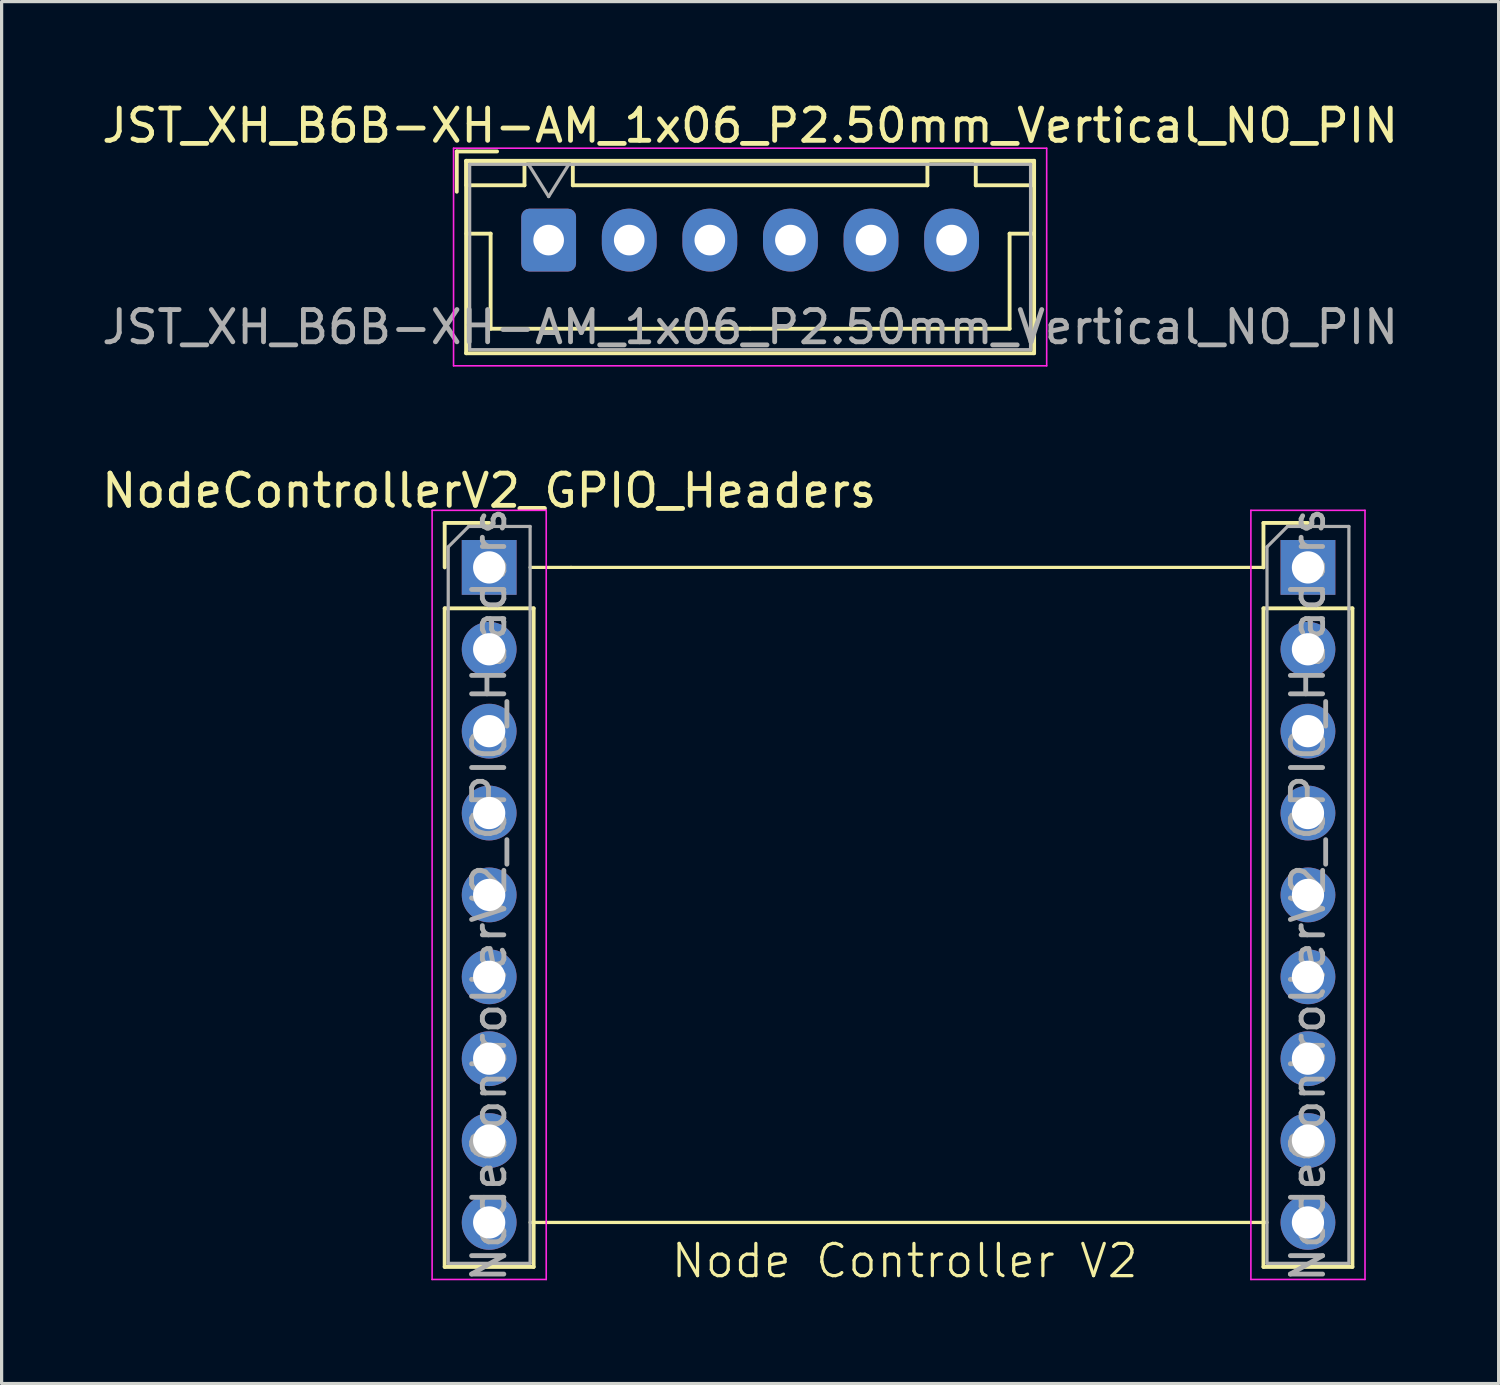
<source format=kicad_pcb>
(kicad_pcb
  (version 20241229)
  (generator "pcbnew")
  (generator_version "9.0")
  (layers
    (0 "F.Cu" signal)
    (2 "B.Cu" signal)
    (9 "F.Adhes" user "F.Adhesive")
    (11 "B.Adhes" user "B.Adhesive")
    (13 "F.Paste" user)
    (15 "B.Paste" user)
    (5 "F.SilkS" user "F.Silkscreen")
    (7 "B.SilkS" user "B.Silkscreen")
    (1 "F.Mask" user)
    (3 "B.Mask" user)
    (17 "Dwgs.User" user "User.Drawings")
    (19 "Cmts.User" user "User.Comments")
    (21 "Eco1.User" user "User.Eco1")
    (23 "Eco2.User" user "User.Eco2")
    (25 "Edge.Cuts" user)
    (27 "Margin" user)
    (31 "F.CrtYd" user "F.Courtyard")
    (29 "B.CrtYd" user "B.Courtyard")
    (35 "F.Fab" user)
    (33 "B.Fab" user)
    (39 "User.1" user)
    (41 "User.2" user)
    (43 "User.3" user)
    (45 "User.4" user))
  (footprint "NodeControllerV2_GPIO_Headers"
    (layer "F.Cu")
    (at 24.825 24.712)
    (property "Reference" "NodeControllerV2_GPIO_Headers" (at -12.7 -12.54 0) (layer "F.SilkS") (effects (font (size 1 1) (thickness 0.15))))
    (attr through_hole)
    (fp_line (start -14.08 -11.54) (end -12.7 -11.54) (stroke (width 0.12) (type solid)) (layer "F.SilkS"))
    (fp_line (start -14.08 -10.16) (end -14.08 -11.54) (stroke (width 0.12) (type solid)) (layer "F.SilkS"))
    (fp_line (start -14.08 -8.89) (end -14.08 11.54) (stroke (width 0.12) (type solid)) (layer "F.SilkS"))
    (fp_line (start -14.08 -8.89) (end -11.32 -8.89) (stroke (width 0.12) (type solid)) (layer "F.SilkS"))
    (fp_line (start -14.08 11.54) (end -11.32 11.54) (stroke (width 0.12) (type solid)) (layer "F.SilkS"))
    (fp_line (start -11.43 10.16) (end 11.43 10.16) (stroke (width 0.1) (type default)) (layer "F.SilkS"))
    (fp_line (start -11.32 -8.89) (end -11.32 11.54) (stroke (width 0.12) (type solid)) (layer "F.SilkS"))
    (fp_line (start -10.16 -10.16) (end -11.43 -10.16) (stroke (width 0.1) (type default)) (layer "F.SilkS"))
    (fp_line (start -10.16 -10.16) (end 11.32 -10.16) (stroke (width 0.1) (type default)) (layer "F.SilkS"))
    (fp_line (start 11.32 -11.54) (end 12.7 -11.54) (stroke (width 0.12) (type solid)) (layer "F.SilkS"))
    (fp_line (start 11.32 -10.16) (end 11.32 -11.54) (stroke (width 0.12) (type solid)) (layer "F.SilkS"))
    (fp_line (start 11.32 -8.89) (end 11.32 11.54) (stroke (width 0.12) (type solid)) (layer "F.SilkS"))
    (fp_line (start 11.32 -8.89) (end 14.08 -8.89) (stroke (width 0.12) (type solid)) (layer "F.SilkS"))
    (fp_line (start 11.32 11.54) (end 14.08 11.54) (stroke (width 0.12) (type solid)) (layer "F.SilkS"))
    (fp_line (start 14.08 -8.89) (end 14.08 11.54) (stroke (width 0.12) (type solid)) (layer "F.SilkS"))
    (fp_line (start -14.47 -11.93) (end -14.47 11.93) (stroke (width 0.05) (type solid)) (layer "F.CrtYd"))
    (fp_line (start -14.47 11.93) (end -10.93 11.93) (stroke (width 0.05) (type solid)) (layer "F.CrtYd"))
    (fp_line (start -10.93 -11.93) (end -14.47 -11.93) (stroke (width 0.05) (type solid)) (layer "F.CrtYd"))
    (fp_line (start -10.93 11.93) (end -10.93 -11.93) (stroke (width 0.05) (type solid)) (layer "F.CrtYd"))
    (fp_line (start 10.93 -11.93) (end 10.93 11.93) (stroke (width 0.05) (type solid)) (layer "F.CrtYd"))
    (fp_line (start 10.93 11.93) (end 14.47 11.93) (stroke (width 0.05) (type solid)) (layer "F.CrtYd"))
    (fp_line (start 14.47 -11.93) (end 10.93 -11.93) (stroke (width 0.05) (type solid)) (layer "F.CrtYd"))
    (fp_line (start 14.47 11.93) (end 14.47 -11.93) (stroke (width 0.05) (type solid)) (layer "F.CrtYd"))
    (fp_line (start -13.97 -10.795) (end -13.335 -11.43) (stroke (width 0.1) (type solid)) (layer "F.Fab"))
    (fp_line (start -13.97 11.43) (end -13.97 -10.795) (stroke (width 0.1) (type solid)) (layer "F.Fab"))
    (fp_line (start -13.335 -11.43) (end -11.43 -11.43) (stroke (width 0.1) (type solid)) (layer "F.Fab"))
    (fp_line (start -11.43 -11.43) (end -11.43 11.43) (stroke (width 0.1) (type solid)) (layer "F.Fab"))
    (fp_line (start -11.43 11.43) (end -13.97 11.43) (stroke (width 0.1) (type solid)) (layer "F.Fab"))
    (fp_line (start 11.43 -10.795) (end 12.065 -11.43) (stroke (width 0.1) (type solid)) (layer "F.Fab"))
    (fp_line (start 11.43 11.43) (end 11.43 -10.795) (stroke (width 0.1) (type solid)) (layer "F.Fab"))
    (fp_line (start 12.065 -11.43) (end 13.97 -11.43) (stroke (width 0.1) (type solid)) (layer "F.Fab"))
    (fp_line (start 13.97 -11.43) (end 13.97 11.43) (stroke (width 0.1) (type solid)) (layer "F.Fab"))
    (fp_line (start 13.97 11.43) (end 11.43 11.43) (stroke (width 0.1) (type solid)) (layer "F.Fab"))
    (fp_rect (start -12.7 -10.16) (end 12.7 10.16) (stroke (width 0.1) (type solid)) (fill no) (layer "User.1"))
    (fp_text user "Node Controller V2" (at -7.112 11.938 0) (unlocked yes) (layer "F.SilkS") (effects (font (size 1 1) (thickness 0.1)) (justify left bottom)))
    (fp_text user "${REFERENCE}" (at 12.7 0 90) (layer "F.Fab") (effects (font (size 1 1) (thickness 0.15))))
    (fp_text user "${REFERENCE}" (at -12.7 0 90) (layer "F.Fab") (effects (font (size 1 1) (thickness 0.15))))
    (pad "1" thru_hole rect (at -12.7 -10.16) (size 1.7 1.7) (drill 1) (layers "*.Cu" "*.Mask"))
    (pad "2" thru_hole circle (at -12.7 -7.62) (size 1.7 1.7) (drill 1) (layers "*.Cu" "*.Mask"))
    (pad "3" thru_hole circle (at -12.7 -5.08) (size 1.7 1.7) (drill 1) (layers "*.Cu" "*.Mask"))
    (pad "4" thru_hole circle (at -12.7 -2.54) (size 1.7 1.7) (drill 1) (layers "*.Cu" "*.Mask"))
    (pad "5" thru_hole circle (at -12.7 0) (size 1.7 1.7) (drill 1) (layers "*.Cu" "*.Mask"))
    (pad "6" thru_hole circle (at -12.7 2.54) (size 1.7 1.7) (drill 1) (layers "*.Cu" "*.Mask"))
    (pad "7" thru_hole circle (at -12.7 5.08) (size 1.7 1.7) (drill 1) (layers "*.Cu" "*.Mask"))
    (pad "8" thru_hole circle (at -12.7 7.62) (size 1.7 1.7) (drill 1) (layers "*.Cu" "*.Mask"))
    (pad "9" thru_hole circle (at -12.7 10.16) (size 1.7 1.7) (drill 1) (layers "*.Cu" "*.Mask"))
    (pad "10" thru_hole circle (at 12.7 10.16) (size 1.7 1.7) (drill 1) (layers "*.Cu" "*.Mask"))
    (pad "11" thru_hole circle (at 12.7 7.62) (size 1.7 1.7) (drill 1) (layers "*.Cu" "*.Mask"))
    (pad "12" thru_hole circle (at 12.7 5.08) (size 1.7 1.7) (drill 1) (layers "*.Cu" "*.Mask"))
    (pad "13" thru_hole circle (at 12.7 2.54) (size 1.7 1.7) (drill 1) (layers "*.Cu" "*.Mask"))
    (pad "14" thru_hole circle (at 12.7 0) (size 1.7 1.7) (drill 1) (layers "*.Cu" "*.Mask"))
    (pad "15" thru_hole circle (at 12.7 -2.54) (size 1.7 1.7) (drill 1) (layers "*.Cu" "*.Mask"))
    (pad "16" thru_hole circle (at 12.7 -5.08) (size 1.7 1.7) (drill 1) (layers "*.Cu" "*.Mask"))
    (pad "17" thru_hole circle (at 12.7 -7.62) (size 1.7 1.7) (drill 1) (layers "*.Cu" "*.Mask"))
    (pad "18" thru_hole rect (at 12.7 -10.16) (size 1.7 1.7) (drill 1) (layers "*.Cu" "*.Mask")))
  (footprint "JST_XH_B6B-XH-AM_1x06_P2.50mm_Vertical_NO_PIN"
    (layer "F.Cu")
    (at 13.97 4.398)
    (property "Reference" "JST_XH_B6B-XH-AM_1x06_P2.50mm_Vertical_NO_PIN" (at 6.25 -3.55 0) (layer "F.SilkS") (effects (font (size 1 1) (thickness 0.15))))
    (attr through_hole)
    (fp_line (start -2.85 -2.75) (end -2.85 -1.5) (stroke (width 0.12) (type solid)) (layer "F.SilkS"))
    (fp_line (start -2.56 -2.46) (end -2.56 3.51) (stroke (width 0.12) (type solid)) (layer "F.SilkS"))
    (fp_line (start -2.56 3.51) (end 15.06 3.51) (stroke (width 0.12) (type solid)) (layer "F.SilkS"))
    (fp_line (start -2.55 -2.45) (end -2.55 -1.7) (stroke (width 0.12) (type solid)) (layer "F.SilkS"))
    (fp_line (start -2.55 -1.7) (end -0.75 -1.7) (stroke (width 0.12) (type solid)) (layer "F.SilkS"))
    (fp_line (start -2.55 -0.2) (end -1.8 -0.2) (stroke (width 0.12) (type solid)) (layer "F.SilkS"))
    (fp_line (start -1.8 -0.2) (end -1.8 2.75) (stroke (width 0.12) (type solid)) (layer "F.SilkS"))
    (fp_line (start -1.6 -2.75) (end -2.85 -2.75) (stroke (width 0.12) (type solid)) (layer "F.SilkS"))
    (fp_line (start -0.75 -2.45) (end -2.55 -2.45) (stroke (width 0.12) (type solid)) (layer "F.SilkS"))
    (fp_line (start -0.75 -1.7) (end -0.75 -2.45) (stroke (width 0.12) (type solid)) (layer "F.SilkS"))
    (fp_line (start 0.75 -2.45) (end 0.75 -1.7) (stroke (width 0.12) (type solid)) (layer "F.SilkS"))
    (fp_line (start 0.75 -1.7) (end 11.75 -1.7) (stroke (width 0.12) (type solid)) (layer "F.SilkS"))
    (fp_line (start 6.25 2.75) (end -1.8 2.75) (stroke (width 0.12) (type solid)) (layer "F.SilkS"))
    (fp_line (start 11.75 -2.45) (end 0.75 -2.45) (stroke (width 0.12) (type solid)) (layer "F.SilkS"))
    (fp_line (start 11.75 -1.7) (end 11.75 -2.45) (stroke (width 0.12) (type solid)) (layer "F.SilkS"))
    (fp_line (start 13.25 -2.45) (end 13.25 -1.7) (stroke (width 0.12) (type solid)) (layer "F.SilkS"))
    (fp_line (start 13.25 -1.7) (end 15.05 -1.7) (stroke (width 0.12) (type solid)) (layer "F.SilkS"))
    (fp_line (start 14.3 -0.2) (end 14.3 2.75) (stroke (width 0.12) (type solid)) (layer "F.SilkS"))
    (fp_line (start 14.3 2.75) (end 6.25 2.75) (stroke (width 0.12) (type solid)) (layer "F.SilkS"))
    (fp_line (start 15.05 -2.45) (end 13.25 -2.45) (stroke (width 0.12) (type solid)) (layer "F.SilkS"))
    (fp_line (start 15.05 -1.7) (end 15.05 -2.45) (stroke (width 0.12) (type solid)) (layer "F.SilkS"))
    (fp_line (start 15.05 -0.2) (end 14.3 -0.2) (stroke (width 0.12) (type solid)) (layer "F.SilkS"))
    (fp_line (start 15.06 -2.46) (end -2.56 -2.46) (stroke (width 0.12) (type solid)) (layer "F.SilkS"))
    (fp_line (start 15.06 3.51) (end 15.06 -2.46) (stroke (width 0.12) (type solid)) (layer "F.SilkS"))
    (fp_line (start -2.95 -2.85) (end -2.95 3.9) (stroke (width 0.05) (type solid)) (layer "F.CrtYd"))
    (fp_line (start -2.95 3.9) (end 15.45 3.9) (stroke (width 0.05) (type solid)) (layer "F.CrtYd"))
    (fp_line (start 15.45 -2.85) (end -2.95 -2.85) (stroke (width 0.05) (type solid)) (layer "F.CrtYd"))
    (fp_line (start 15.45 3.9) (end 15.45 -2.85) (stroke (width 0.05) (type solid)) (layer "F.CrtYd"))
    (fp_line (start -2.45 -2.35) (end -2.45 3.4) (stroke (width 0.1) (type solid)) (layer "F.Fab"))
    (fp_line (start -2.45 3.4) (end 14.95 3.4) (stroke (width 0.1) (type solid)) (layer "F.Fab"))
    (fp_line (start -0.625 -2.35) (end 0 -1.35) (stroke (width 0.1) (type solid)) (layer "F.Fab"))
    (fp_line (start 0 -1.35) (end 0.625 -2.35) (stroke (width 0.1) (type solid)) (layer "F.Fab"))
    (fp_line (start 14.95 -2.35) (end -2.45 -2.35) (stroke (width 0.1) (type solid)) (layer "F.Fab"))
    (fp_line (start 14.95 3.4) (end 14.95 -2.35) (stroke (width 0.1) (type solid)) (layer "F.Fab"))
    (fp_text user "${REFERENCE}" (at 6.25 2.7 0) (layer "F.Fab") (effects (font (size 1 1) (thickness 0.15))))
    (pad "1" thru_hole roundrect (at 0 0) (size 1.7 1.95) (drill 0.95) (layers "*.Cu" "*.Mask") (roundrect_rratio 0.147))
    (pad "2" thru_hole oval (at 2.5 0) (size 1.7 1.95) (drill 0.95) (layers "*.Cu" "*.Mask"))
    (pad "3" thru_hole oval (at 5 0) (size 1.7 1.95) (drill 0.95) (layers "*.Cu" "*.Mask"))
    (pad "4" thru_hole oval (at 7.5 0) (size 1.7 1.95) (drill 0.95) (layers "*.Cu" "*.Mask"))
    (pad "5" thru_hole oval (at 10 0) (size 1.7 1.95) (drill 0.95) (layers "*.Cu" "*.Mask"))
    (pad "6" thru_hole oval (at 12.5 0) (size 1.7 1.95) (drill 0.95) (layers "*.Cu" "*.Mask")))
  (gr_rect
    (start -3 -3)
    (end 43.44 39.87)
    (stroke (width 0.1) (type default))
    (fill no)
    (layer "Edge.Cuts")))
</source>
